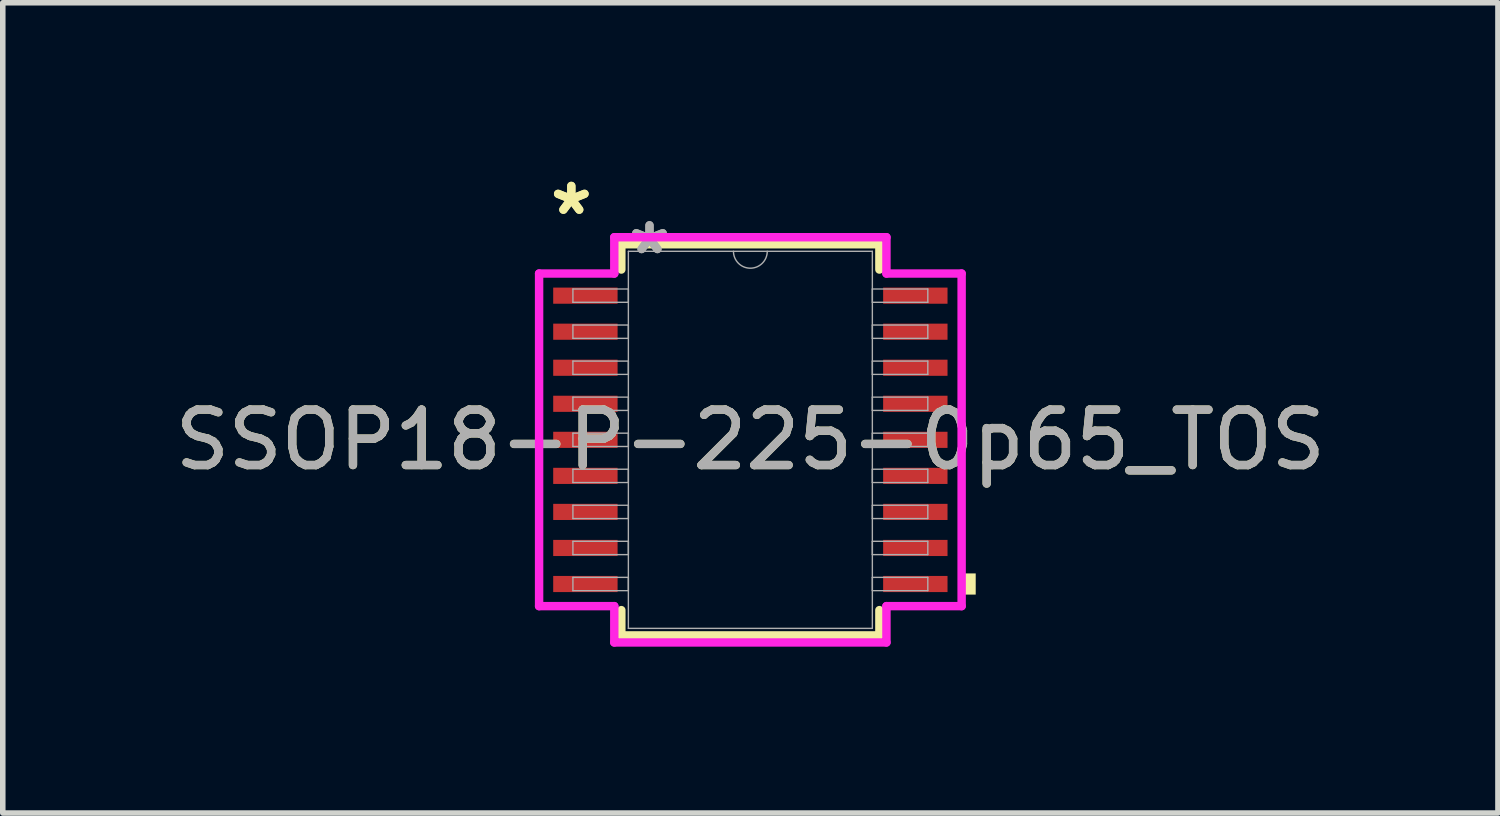
<source format=kicad_pcb>
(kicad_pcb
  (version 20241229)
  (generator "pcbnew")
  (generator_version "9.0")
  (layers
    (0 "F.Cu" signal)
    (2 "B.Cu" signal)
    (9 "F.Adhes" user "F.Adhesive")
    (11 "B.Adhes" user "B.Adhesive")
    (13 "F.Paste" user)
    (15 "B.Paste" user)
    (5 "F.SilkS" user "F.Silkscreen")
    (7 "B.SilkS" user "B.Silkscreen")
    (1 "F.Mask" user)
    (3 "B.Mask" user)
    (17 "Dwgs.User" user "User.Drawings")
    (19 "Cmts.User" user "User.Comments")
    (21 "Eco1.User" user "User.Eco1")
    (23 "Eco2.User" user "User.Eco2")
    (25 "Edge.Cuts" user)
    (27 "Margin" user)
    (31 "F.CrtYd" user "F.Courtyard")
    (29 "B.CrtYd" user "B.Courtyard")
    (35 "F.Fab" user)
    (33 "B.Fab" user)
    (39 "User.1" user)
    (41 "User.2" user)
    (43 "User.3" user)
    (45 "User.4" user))
  (footprint "SSOP18-P-225-0p65_TOS"
    (layer "F.Cu")
    (at 10.482 4.882)
    (property "Reference" "SSOP18-P-225-0p65_TOS" (at 0 0 0) (unlocked yes) (layer "F.SilkS") (effects (font (size 1 1) (thickness 0.15))))
    (attr smd)
    (fp_line (start -2.327 -3.527) (end -2.327 -3.071) (stroke (width 0.152) (type solid)) (layer "F.SilkS"))
    (fp_line (start -2.327 3.071) (end -2.327 3.527) (stroke (width 0.152) (type solid)) (layer "F.SilkS"))
    (fp_line (start -2.327 3.527) (end 2.327 3.527) (stroke (width 0.152) (type solid)) (layer "F.SilkS"))
    (fp_line (start 2.327 -3.527) (end -2.327 -3.527) (stroke (width 0.152) (type solid)) (layer "F.SilkS"))
    (fp_line (start 2.327 -3.071) (end 2.327 -3.527) (stroke (width 0.152) (type solid)) (layer "F.SilkS"))
    (fp_line (start 2.327 3.527) (end 2.327 3.071) (stroke (width 0.152) (type solid)) (layer "F.SilkS"))
    (fp_poly (pts (xy 4.064 2.409) (xy 4.064 2.791) (xy 3.81 2.791) (xy 3.81 2.409)) (stroke (width 0) (type solid)) (fill yes) (layer "F.SilkS"))
    (fp_line (start -3.81 -2.999) (end -2.454 -2.999) (stroke (width 0.152) (type solid)) (layer "F.CrtYd"))
    (fp_line (start -3.81 2.999) (end -3.81 -2.999) (stroke (width 0.152) (type solid)) (layer "F.CrtYd"))
    (fp_line (start -3.81 2.999) (end -2.454 2.999) (stroke (width 0.152) (type solid)) (layer "F.CrtYd"))
    (fp_line (start -2.454 -3.654) (end 2.454 -3.654) (stroke (width 0.152) (type solid)) (layer "F.CrtYd"))
    (fp_line (start -2.454 -2.999) (end -2.454 -3.654) (stroke (width 0.152) (type solid)) (layer "F.CrtYd"))
    (fp_line (start -2.454 3.654) (end -2.454 2.999) (stroke (width 0.152) (type solid)) (layer "F.CrtYd"))
    (fp_line (start 2.454 -3.654) (end 2.454 -2.999) (stroke (width 0.152) (type solid)) (layer "F.CrtYd"))
    (fp_line (start 2.454 2.999) (end 2.454 3.654) (stroke (width 0.152) (type solid)) (layer "F.CrtYd"))
    (fp_line (start 2.454 3.654) (end -2.454 3.654) (stroke (width 0.152) (type solid)) (layer "F.CrtYd"))
    (fp_line (start 3.81 -2.999) (end 2.454 -2.999) (stroke (width 0.152) (type solid)) (layer "F.CrtYd"))
    (fp_line (start 3.81 -2.999) (end 3.81 2.999) (stroke (width 0.152) (type solid)) (layer "F.CrtYd"))
    (fp_line (start 3.81 2.999) (end 2.454 2.999) (stroke (width 0.152) (type solid)) (layer "F.CrtYd"))
    (fp_line (start -3.2 -2.72) (end -3.2 -2.48) (stroke (width 0.025) (type solid)) (layer "F.Fab"))
    (fp_line (start -3.2 -2.48) (end -2.2 -2.48) (stroke (width 0.025) (type solid)) (layer "F.Fab"))
    (fp_line (start -3.2 -2.07) (end -3.2 -1.83) (stroke (width 0.025) (type solid)) (layer "F.Fab"))
    (fp_line (start -3.2 -1.83) (end -2.2 -1.83) (stroke (width 0.025) (type solid)) (layer "F.Fab"))
    (fp_line (start -3.2 -1.42) (end -3.2 -1.18) (stroke (width 0.025) (type solid)) (layer "F.Fab"))
    (fp_line (start -3.2 -1.18) (end -2.2 -1.18) (stroke (width 0.025) (type solid)) (layer "F.Fab"))
    (fp_line (start -3.2 -0.77) (end -3.2 -0.53) (stroke (width 0.025) (type solid)) (layer "F.Fab"))
    (fp_line (start -3.2 -0.53) (end -2.2 -0.53) (stroke (width 0.025) (type solid)) (layer "F.Fab"))
    (fp_line (start -3.2 -0.12) (end -3.2 0.12) (stroke (width 0.025) (type solid)) (layer "F.Fab"))
    (fp_line (start -3.2 0.12) (end -2.2 0.12) (stroke (width 0.025) (type solid)) (layer "F.Fab"))
    (fp_line (start -3.2 0.53) (end -3.2 0.77) (stroke (width 0.025) (type solid)) (layer "F.Fab"))
    (fp_line (start -3.2 0.77) (end -2.2 0.77) (stroke (width 0.025) (type solid)) (layer "F.Fab"))
    (fp_line (start -3.2 1.18) (end -3.2 1.42) (stroke (width 0.025) (type solid)) (layer "F.Fab"))
    (fp_line (start -3.2 1.42) (end -2.2 1.42) (stroke (width 0.025) (type solid)) (layer "F.Fab"))
    (fp_line (start -3.2 1.83) (end -3.2 2.07) (stroke (width 0.025) (type solid)) (layer "F.Fab"))
    (fp_line (start -3.2 2.07) (end -2.2 2.07) (stroke (width 0.025) (type solid)) (layer "F.Fab"))
    (fp_line (start -3.2 2.48) (end -3.2 2.72) (stroke (width 0.025) (type solid)) (layer "F.Fab"))
    (fp_line (start -3.2 2.72) (end -2.2 2.72) (stroke (width 0.025) (type solid)) (layer "F.Fab"))
    (fp_line (start -2.2 -3.4) (end -2.2 3.4) (stroke (width 0.025) (type solid)) (layer "F.Fab"))
    (fp_line (start -2.2 -2.72) (end -3.2 -2.72) (stroke (width 0.025) (type solid)) (layer "F.Fab"))
    (fp_line (start -2.2 -2.48) (end -2.2 -2.72) (stroke (width 0.025) (type solid)) (layer "F.Fab"))
    (fp_line (start -2.2 -2.07) (end -3.2 -2.07) (stroke (width 0.025) (type solid)) (layer "F.Fab"))
    (fp_line (start -2.2 -1.83) (end -2.2 -2.07) (stroke (width 0.025) (type solid)) (layer "F.Fab"))
    (fp_line (start -2.2 -1.42) (end -3.2 -1.42) (stroke (width 0.025) (type solid)) (layer "F.Fab"))
    (fp_line (start -2.2 -1.18) (end -2.2 -1.42) (stroke (width 0.025) (type solid)) (layer "F.Fab"))
    (fp_line (start -2.2 -0.77) (end -3.2 -0.77) (stroke (width 0.025) (type solid)) (layer "F.Fab"))
    (fp_line (start -2.2 -0.53) (end -2.2 -0.77) (stroke (width 0.025) (type solid)) (layer "F.Fab"))
    (fp_line (start -2.2 -0.12) (end -3.2 -0.12) (stroke (width 0.025) (type solid)) (layer "F.Fab"))
    (fp_line (start -2.2 0.12) (end -2.2 -0.12) (stroke (width 0.025) (type solid)) (layer "F.Fab"))
    (fp_line (start -2.2 0.53) (end -3.2 0.53) (stroke (width 0.025) (type solid)) (layer "F.Fab"))
    (fp_line (start -2.2 0.77) (end -2.2 0.53) (stroke (width 0.025) (type solid)) (layer "F.Fab"))
    (fp_line (start -2.2 1.18) (end -3.2 1.18) (stroke (width 0.025) (type solid)) (layer "F.Fab"))
    (fp_line (start -2.2 1.42) (end -2.2 1.18) (stroke (width 0.025) (type solid)) (layer "F.Fab"))
    (fp_line (start -2.2 1.83) (end -3.2 1.83) (stroke (width 0.025) (type solid)) (layer "F.Fab"))
    (fp_line (start -2.2 2.07) (end -2.2 1.83) (stroke (width 0.025) (type solid)) (layer "F.Fab"))
    (fp_line (start -2.2 2.48) (end -3.2 2.48) (stroke (width 0.025) (type solid)) (layer "F.Fab"))
    (fp_line (start -2.2 2.72) (end -2.2 2.48) (stroke (width 0.025) (type solid)) (layer "F.Fab"))
    (fp_line (start -2.2 3.4) (end 2.2 3.4) (stroke (width 0.025) (type solid)) (layer "F.Fab"))
    (fp_line (start 2.2 -3.4) (end -2.2 -3.4) (stroke (width 0.025) (type solid)) (layer "F.Fab"))
    (fp_line (start 2.2 -2.72) (end 2.2 -2.48) (stroke (width 0.025) (type solid)) (layer "F.Fab"))
    (fp_line (start 2.2 -2.48) (end 3.2 -2.48) (stroke (width 0.025) (type solid)) (layer "F.Fab"))
    (fp_line (start 2.2 -2.07) (end 2.2 -1.83) (stroke (width 0.025) (type solid)) (layer "F.Fab"))
    (fp_line (start 2.2 -1.83) (end 3.2 -1.83) (stroke (width 0.025) (type solid)) (layer "F.Fab"))
    (fp_line (start 2.2 -1.42) (end 2.2 -1.18) (stroke (width 0.025) (type solid)) (layer "F.Fab"))
    (fp_line (start 2.2 -1.18) (end 3.2 -1.18) (stroke (width 0.025) (type solid)) (layer "F.Fab"))
    (fp_line (start 2.2 -0.77) (end 2.2 -0.53) (stroke (width 0.025) (type solid)) (layer "F.Fab"))
    (fp_line (start 2.2 -0.53) (end 3.2 -0.53) (stroke (width 0.025) (type solid)) (layer "F.Fab"))
    (fp_line (start 2.2 -0.12) (end 2.2 0.12) (stroke (width 0.025) (type solid)) (layer "F.Fab"))
    (fp_line (start 2.2 0.12) (end 3.2 0.12) (stroke (width 0.025) (type solid)) (layer "F.Fab"))
    (fp_line (start 2.2 0.53) (end 2.2 0.77) (stroke (width 0.025) (type solid)) (layer "F.Fab"))
    (fp_line (start 2.2 0.77) (end 3.2 0.77) (stroke (width 0.025) (type solid)) (layer "F.Fab"))
    (fp_line (start 2.2 1.18) (end 2.2 1.42) (stroke (width 0.025) (type solid)) (layer "F.Fab"))
    (fp_line (start 2.2 1.42) (end 3.2 1.42) (stroke (width 0.025) (type solid)) (layer "F.Fab"))
    (fp_line (start 2.2 1.83) (end 2.2 2.07) (stroke (width 0.025) (type solid)) (layer "F.Fab"))
    (fp_line (start 2.2 2.07) (end 3.2 2.07) (stroke (width 0.025) (type solid)) (layer "F.Fab"))
    (fp_line (start 2.2 2.48) (end 2.2 2.72) (stroke (width 0.025) (type solid)) (layer "F.Fab"))
    (fp_line (start 2.2 2.72) (end 3.2 2.72) (stroke (width 0.025) (type solid)) (layer "F.Fab"))
    (fp_line (start 2.2 3.4) (end 2.2 -3.4) (stroke (width 0.025) (type solid)) (layer "F.Fab"))
    (fp_line (start 3.2 -2.72) (end 2.2 -2.72) (stroke (width 0.025) (type solid)) (layer "F.Fab"))
    (fp_line (start 3.2 -2.48) (end 3.2 -2.72) (stroke (width 0.025) (type solid)) (layer "F.Fab"))
    (fp_line (start 3.2 -2.07) (end 2.2 -2.07) (stroke (width 0.025) (type solid)) (layer "F.Fab"))
    (fp_line (start 3.2 -1.83) (end 3.2 -2.07) (stroke (width 0.025) (type solid)) (layer "F.Fab"))
    (fp_line (start 3.2 -1.42) (end 2.2 -1.42) (stroke (width 0.025) (type solid)) (layer "F.Fab"))
    (fp_line (start 3.2 -1.18) (end 3.2 -1.42) (stroke (width 0.025) (type solid)) (layer "F.Fab"))
    (fp_line (start 3.2 -0.77) (end 2.2 -0.77) (stroke (width 0.025) (type solid)) (layer "F.Fab"))
    (fp_line (start 3.2 -0.53) (end 3.2 -0.77) (stroke (width 0.025) (type solid)) (layer "F.Fab"))
    (fp_line (start 3.2 -0.12) (end 2.2 -0.12) (stroke (width 0.025) (type solid)) (layer "F.Fab"))
    (fp_line (start 3.2 0.12) (end 3.2 -0.12) (stroke (width 0.025) (type solid)) (layer "F.Fab"))
    (fp_line (start 3.2 0.53) (end 2.2 0.53) (stroke (width 0.025) (type solid)) (layer "F.Fab"))
    (fp_line (start 3.2 0.77) (end 3.2 0.53) (stroke (width 0.025) (type solid)) (layer "F.Fab"))
    (fp_line (start 3.2 1.18) (end 2.2 1.18) (stroke (width 0.025) (type solid)) (layer "F.Fab"))
    (fp_line (start 3.2 1.42) (end 3.2 1.18) (stroke (width 0.025) (type solid)) (layer "F.Fab"))
    (fp_line (start 3.2 1.83) (end 2.2 1.83) (stroke (width 0.025) (type solid)) (layer "F.Fab"))
    (fp_line (start 3.2 2.07) (end 3.2 1.83) (stroke (width 0.025) (type solid)) (layer "F.Fab"))
    (fp_line (start 3.2 2.48) (end 2.2 2.48) (stroke (width 0.025) (type solid)) (layer "F.Fab"))
    (fp_line (start 3.2 2.72) (end 3.2 2.48) (stroke (width 0.025) (type solid)) (layer "F.Fab"))
    (fp_arc (start 0.3048 -3.399998) (mid 0 -3.095198) (end -0.3048 -3.399998) (stroke (width 0.0254) (type solid)) (layer "F.Fab"))
    (fp_text user "*" (at -3.229 -4.034 0) (layer "F.SilkS") (effects (font (size 1 1) (thickness 0.15))))
    (fp_text user "*" (at -3.229 -4.034 0) (unlocked yes) (layer "F.SilkS") (effects (font (size 1 1) (thickness 0.15))))
    (fp_text user "*" (at -1.819 -3.324 0) (layer "F.Fab") (effects (font (size 1 1) (thickness 0.15))))
    (fp_text user "*" (at -1.819 -3.324 0) (unlocked yes) (layer "F.Fab") (effects (font (size 1 1) (thickness 0.15))))
    (fp_text user "${REFERENCE}" (at 0 0 0) (unlocked yes) (layer "F.Fab") (effects (font (size 1 1) (thickness 0.15))))
    (pad "1" smd rect (at -2.975 -2.6) (size 1.161 0.291) (layers "F.Cu" "F.Mask" "F.Paste"))
    (pad "2" smd rect (at -2.975 -1.95) (size 1.161 0.291) (layers "F.Cu" "F.Mask" "F.Paste"))
    (pad "3" smd rect (at -2.975 -1.3) (size 1.161 0.291) (layers "F.Cu" "F.Mask" "F.Paste"))
    (pad "4" smd rect (at -2.975 -0.65) (size 1.161 0.291) (layers "F.Cu" "F.Mask" "F.Paste"))
    (pad "5" smd rect (at -2.975 0) (size 1.161 0.291) (layers "F.Cu" "F.Mask" "F.Paste"))
    (pad "6" smd rect (at -2.975 0.65) (size 1.161 0.291) (layers "F.Cu" "F.Mask" "F.Paste"))
    (pad "7" smd rect (at -2.975 1.3) (size 1.161 0.291) (layers "F.Cu" "F.Mask" "F.Paste"))
    (pad "8" smd rect (at -2.975 1.95) (size 1.161 0.291) (layers "F.Cu" "F.Mask" "F.Paste"))
    (pad "9" smd rect (at -2.975 2.6) (size 1.161 0.291) (layers "F.Cu" "F.Mask" "F.Paste"))
    (pad "10" smd rect (at 2.975 2.6) (size 1.161 0.291) (layers "F.Cu" "F.Mask" "F.Paste"))
    (pad "11" smd rect (at 2.975 1.95) (size 1.161 0.291) (layers "F.Cu" "F.Mask" "F.Paste"))
    (pad "12" smd rect (at 2.975 1.3) (size 1.161 0.291) (layers "F.Cu" "F.Mask" "F.Paste"))
    (pad "13" smd rect (at 2.975 0.65) (size 1.161 0.291) (layers "F.Cu" "F.Mask" "F.Paste"))
    (pad "14" smd rect (at 2.975 0) (size 1.161 0.291) (layers "F.Cu" "F.Mask" "F.Paste"))
    (pad "15" smd rect (at 2.975 -0.65) (size 1.161 0.291) (layers "F.Cu" "F.Mask" "F.Paste"))
    (pad "16" smd rect (at 2.975 -1.3) (size 1.161 0.291) (layers "F.Cu" "F.Mask" "F.Paste"))
    (pad "17" smd rect (at 2.975 -1.95) (size 1.161 0.291) (layers "F.Cu" "F.Mask" "F.Paste"))
    (pad "18" smd rect (at 2.975 -2.6) (size 1.161 0.291) (layers "F.Cu" "F.Mask" "F.Paste")))
  (gr_rect
    (start -3 -3)
    (end 23.964 11.612)
    (stroke (width 0.1) (type default))
    (fill no)
    (layer "Edge.Cuts")))
</source>
